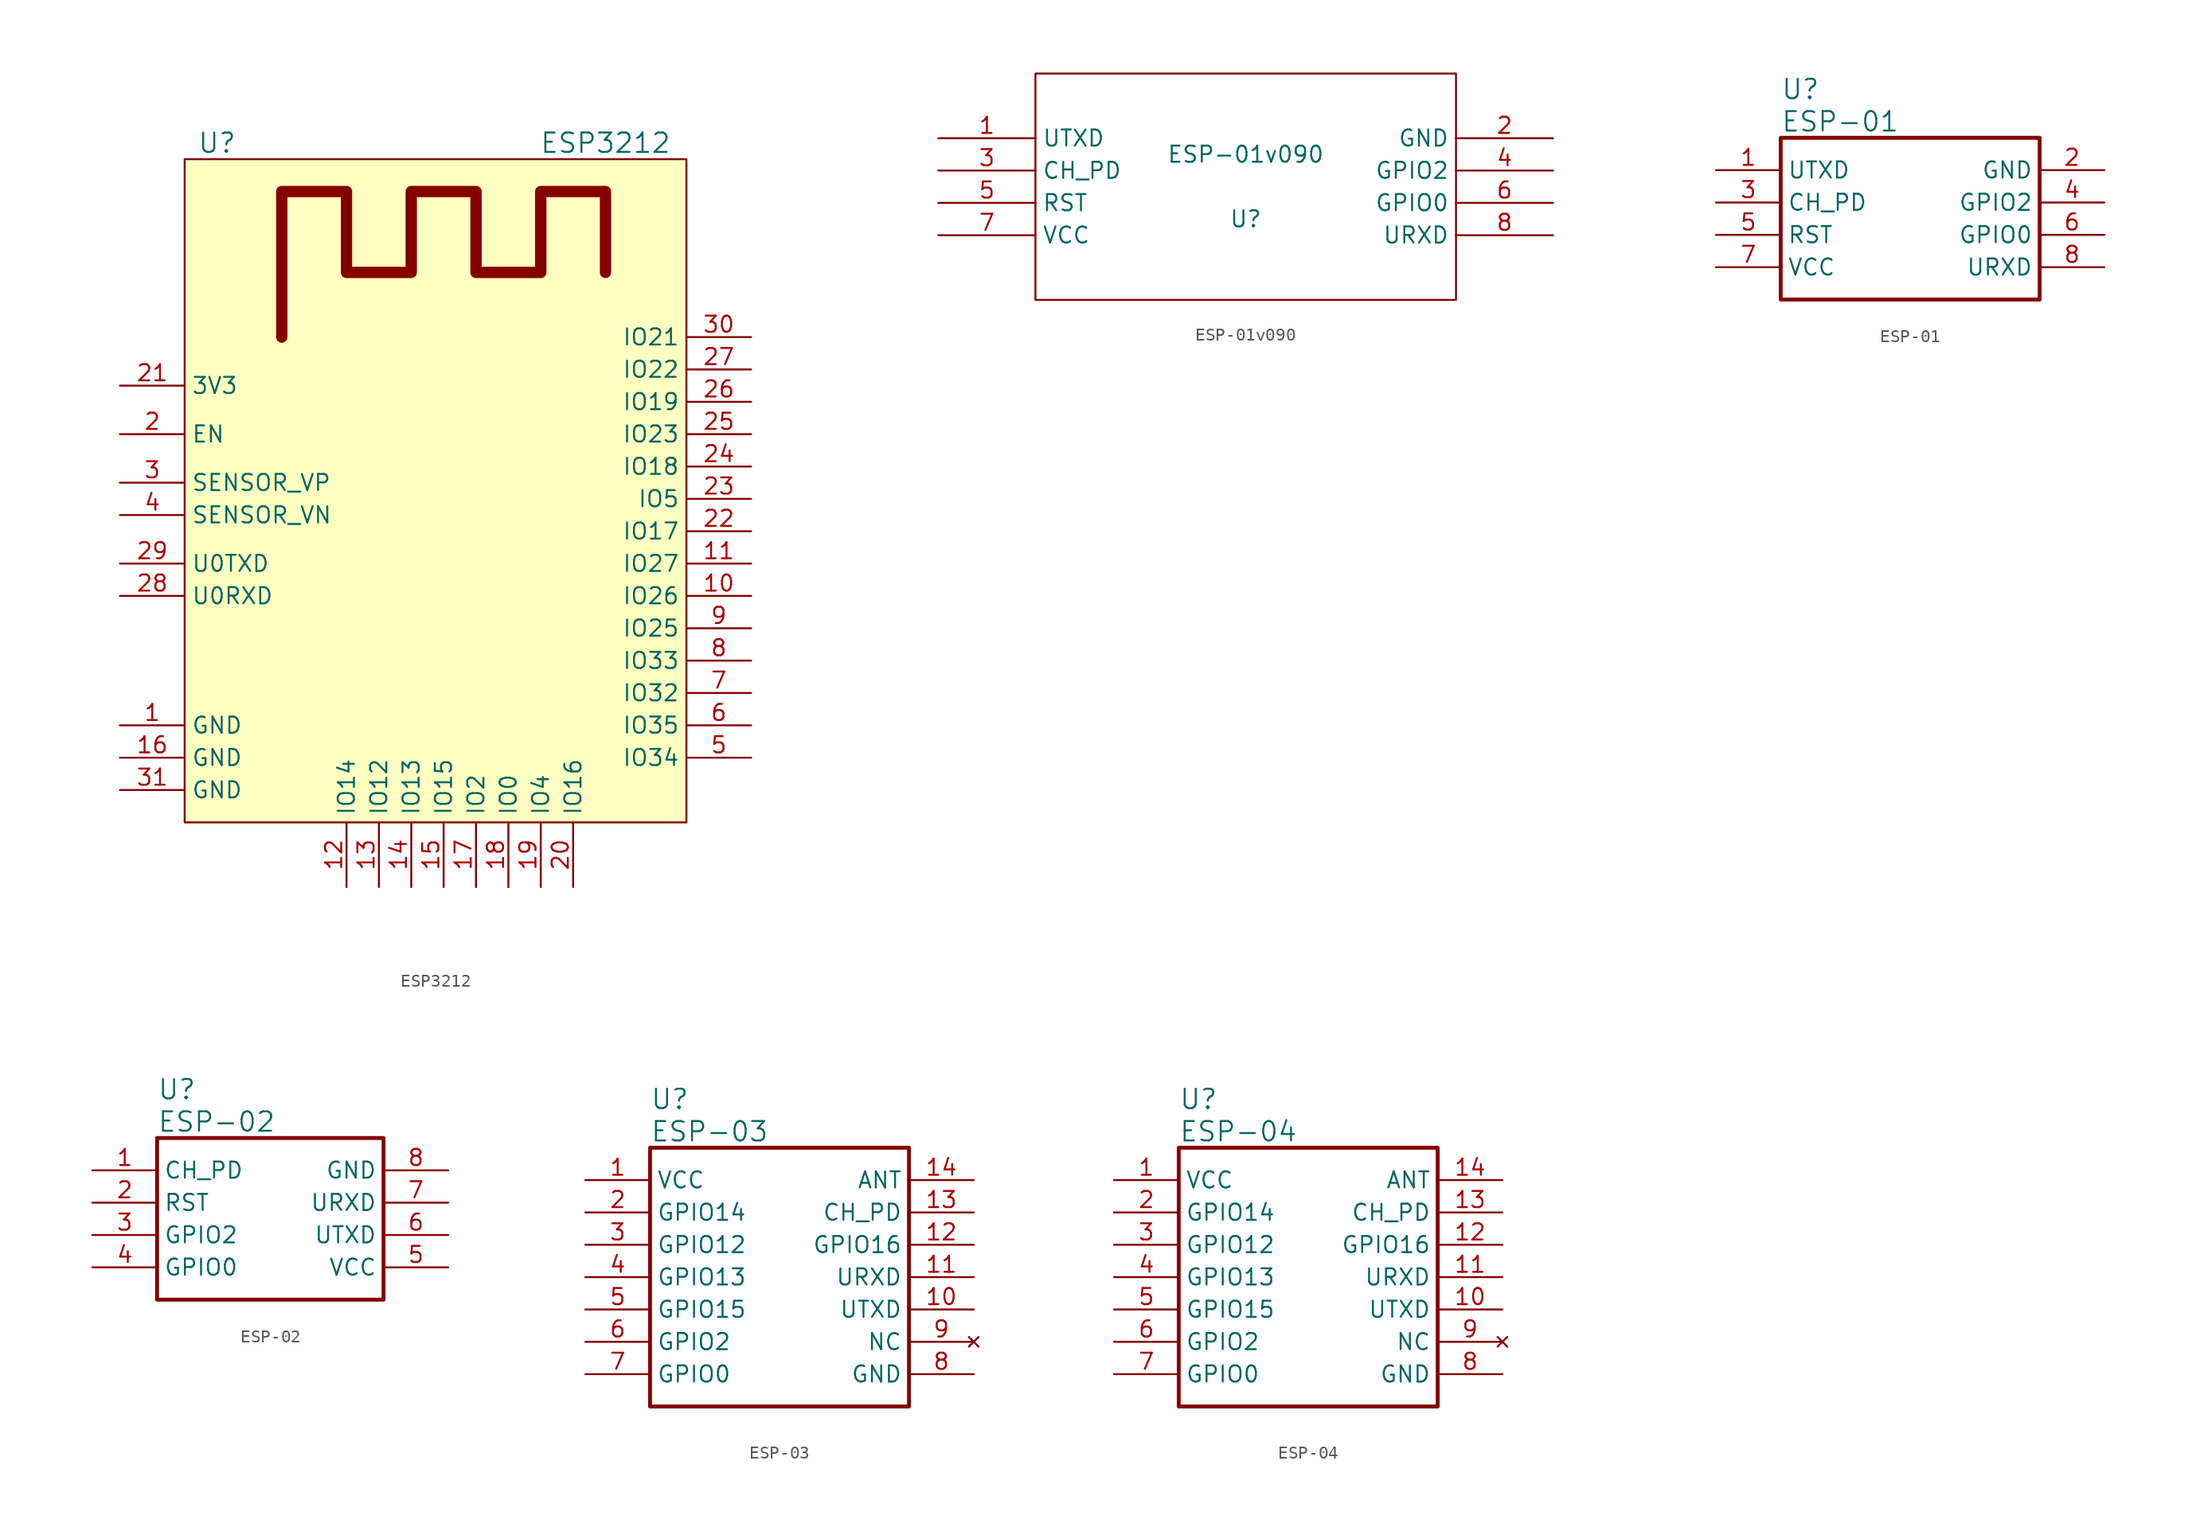
<source format=kicad_sym>
(kicad_symbol_lib
  (version 20201005)
  (generator kicad_symbol_editor)
  (symbol "Zimprich:ESP3212"
    (property "Reference" "U"
      (at -17.78 31.75 0)
      (effects (font (size 1.524 1.524))))
    (property "Value" "ESP3212"
      (at 12.7 31.75 0)
      (effects (font (size 1.524 1.524))))
    (symbol "ESP3212_0_1"
      (rectangle (start -20.32 30.48) (end 19.05 -21.59) (stroke (width 0)) (fill (type background)))
      (polyline (pts (xy -12.7 16.51) (xy -12.7 27.94) (xy -7.62 27.94) (xy -7.62 21.59) (xy -2.54 21.59) (xy -2.54 27.94) (xy 2.54 27.94) (xy 2.54 21.59) (xy 7.62 21.59) (xy 7.62 27.94) (xy 12.7 27.94) (xy 12.7 21.59)) (stroke (width 0.889)) (fill (type none))))
    (symbol "ESP3212_1_1"
      (pin power_in line (at -25.4 -13.97 0) (length 5.08) (name "GND" (effects (font (size 1.27 1.27)))) (number "1" (effects (font (size 1.27 1.27)))))
      (pin bidirectional line (at 24.13 -3.81 180) (length 5.08) (name "IO26" (effects (font (size 1.27 1.27)))) (number "10" (effects (font (size 1.27 1.27)))))
      (pin bidirectional line (at 24.13 -1.27 180) (length 5.08) (name "IO27" (effects (font (size 1.27 1.27)))) (number "11" (effects (font (size 1.27 1.27)))))
      (pin bidirectional line (at -7.62 -26.67 90) (length 5.08) (name "IO14" (effects (font (size 1.27 1.27)))) (number "12" (effects (font (size 1.27 1.27)))))
      (pin bidirectional line (at -5.08 -26.67 90) (length 5.08) (name "IO12" (effects (font (size 1.27 1.27)))) (number "13" (effects (font (size 1.27 1.27)))))
      (pin bidirectional line (at -2.54 -26.67 90) (length 5.08) (name "IO13" (effects (font (size 1.27 1.27)))) (number "14" (effects (font (size 1.27 1.27)))))
      (pin bidirectional line (at 0 -26.67 90) (length 5.08) (name "IO15" (effects (font (size 1.27 1.27)))) (number "15" (effects (font (size 1.27 1.27)))))
      (pin power_in line (at -25.4 -16.51 0) (length 5.08) (name "GND" (effects (font (size 1.27 1.27)))) (number "16" (effects (font (size 1.27 1.27)))))
      (pin bidirectional line (at 2.54 -26.67 90) (length 5.08) (name "IO2" (effects (font (size 1.27 1.27)))) (number "17" (effects (font (size 1.27 1.27)))))
      (pin bidirectional line (at 5.08 -26.67 90) (length 5.08) (name "IO0" (effects (font (size 1.27 1.27)))) (number "18" (effects (font (size 1.27 1.27)))))
      (pin bidirectional line (at 7.62 -26.67 90) (length 5.08) (name "IO4" (effects (font (size 1.27 1.27)))) (number "19" (effects (font (size 1.27 1.27)))))
      (pin input line (at -25.4 8.89 0) (length 5.08) (name "EN" (effects (font (size 1.27 1.27)))) (number "2" (effects (font (size 1.27 1.27)))))
      (pin bidirectional line (at 10.16 -26.67 90) (length 5.08) (name "IO16" (effects (font (size 1.27 1.27)))) (number "20" (effects (font (size 1.27 1.27)))))
      (pin power_in line (at -25.4 12.7 0) (length 5.08) (name "3V3" (effects (font (size 1.27 1.27)))) (number "21" (effects (font (size 1.27 1.27)))))
      (pin bidirectional line (at 24.13 1.27 180) (length 5.08) (name "IO17" (effects (font (size 1.27 1.27)))) (number "22" (effects (font (size 1.27 1.27)))))
      (pin bidirectional line (at 24.13 3.81 180) (length 5.08) (name "IO5" (effects (font (size 1.27 1.27)))) (number "23" (effects (font (size 1.27 1.27)))))
      (pin bidirectional line (at 24.13 6.35 180) (length 5.08) (name "IO18" (effects (font (size 1.27 1.27)))) (number "24" (effects (font (size 1.27 1.27)))))
      (pin bidirectional line (at 24.13 8.89 180) (length 5.08) (name "IO23" (effects (font (size 1.27 1.27)))) (number "25" (effects (font (size 1.27 1.27)))))
      (pin bidirectional line (at 24.13 11.43 180) (length 5.08) (name "IO19" (effects (font (size 1.27 1.27)))) (number "26" (effects (font (size 1.27 1.27)))))
      (pin bidirectional line (at 24.13 13.97 180) (length 5.08) (name "IO22" (effects (font (size 1.27 1.27)))) (number "27" (effects (font (size 1.27 1.27)))))
      (pin bidirectional line (at -25.4 -3.81 0) (length 5.08) (name "U0RXD" (effects (font (size 1.27 1.27)))) (number "28" (effects (font (size 1.27 1.27)))))
      (pin bidirectional line (at -25.4 -1.27 0) (length 5.08) (name "U0TXD" (effects (font (size 1.27 1.27)))) (number "29" (effects (font (size 1.27 1.27)))))
      (pin input line (at -25.4 5.08 0) (length 5.08) (name "SENSOR_VP" (effects (font (size 1.27 1.27)))) (number "3" (effects (font (size 1.27 1.27)))))
      (pin bidirectional line (at 24.13 16.51 180) (length 5.08) (name "IO21" (effects (font (size 1.27 1.27)))) (number "30" (effects (font (size 1.27 1.27)))))
      (pin power_in line (at -25.4 -19.05 0) (length 5.08) (name "GND" (effects (font (size 1.27 1.27)))) (number "31" (effects (font (size 1.27 1.27)))))
      (pin input line (at -25.4 2.54 0) (length 5.08) (name "SENSOR_VN" (effects (font (size 1.27 1.27)))) (number "4" (effects (font (size 1.27 1.27)))))
      (pin bidirectional line (at 24.13 -16.51 180) (length 5.08) (name "IO34" (effects (font (size 1.27 1.27)))) (number "5" (effects (font (size 1.27 1.27)))))
      (pin bidirectional line (at 24.13 -13.97 180) (length 5.08) (name "IO35" (effects (font (size 1.27 1.27)))) (number "6" (effects (font (size 1.27 1.27)))))
      (pin bidirectional line (at 24.13 -11.43 180) (length 5.08) (name "IO32" (effects (font (size 1.27 1.27)))) (number "7" (effects (font (size 1.27 1.27)))))
      (pin bidirectional line (at 24.13 -8.89 180) (length 5.08) (name "IO33" (effects (font (size 1.27 1.27)))) (number "8" (effects (font (size 1.27 1.27)))))
      (pin bidirectional line (at 24.13 -6.35 180) (length 5.08) (name "IO25" (effects (font (size 1.27 1.27)))) (number "9" (effects (font (size 1.27 1.27)))))))
  (symbol "Zimprich:ESP-01v090"
    (property "Reference" "U"
      (at 0 -2.54 0)
      (effects (font (size 1.27 1.27))))
    (property "Value" "ESP-01v090"
      (at 0 2.54 0)
      (effects (font (size 1.27 1.27))))
    (symbol "ESP-01v090_1_0"
      (rectangle (start -16.51 -8.89) (end 16.51 8.89) (stroke (width 0)) (fill (type none))))
    (symbol "ESP-01v090_1_1"
      (pin output line (at -24.13 3.81 0) (length 7.62) (name "UTXD" (effects (font (size 1.27 1.27)))) (number "1" (effects (font (size 1.27 1.27)))))
      (pin power_in line (at 24.13 3.81 180) (length 7.62) (name "GND" (effects (font (size 1.27 1.27)))) (number "2" (effects (font (size 1.27 1.27)))))
      (pin input line (at -24.13 1.27 0) (length 7.62) (name "CH_PD" (effects (font (size 1.27 1.27)))) (number "3" (effects (font (size 1.27 1.27)))))
      (pin tri_state line (at 24.13 1.27 180) (length 7.62) (name "GPIO2" (effects (font (size 1.27 1.27)))) (number "4" (effects (font (size 1.27 1.27)))))
      (pin input line (at -24.13 -1.27 0) (length 7.62) (name "RST" (effects (font (size 1.27 1.27)))) (number "5" (effects (font (size 1.27 1.27)))))
      (pin tri_state line (at 24.13 -1.27 180) (length 7.62) (name "GPIO0" (effects (font (size 1.27 1.27)))) (number "6" (effects (font (size 1.27 1.27)))))
      (pin power_in line (at -24.13 -3.81 0) (length 7.62) (name "VCC" (effects (font (size 1.27 1.27)))) (number "7" (effects (font (size 1.27 1.27)))))
      (pin input line (at 24.13 -3.81 180) (length 7.62) (name "URXD" (effects (font (size 1.27 1.27)))) (number "8" (effects (font (size 1.27 1.27)))))))
  (symbol "Zimprich:ESP-01"
    (property "Reference" "U"
      (at 5.08 6.35 0)
      (effects (font (size 1.524 1.524)) (justify left)))
    (property "Value" "ESP-01"
      (at 5.08 3.81 0)
      (effects (font (size 1.524 1.524)) (justify left)))
    (property "ki_locked" ""
      (at 0 0 0)
      (effects (font (size 1.27 1.27))))
    (symbol "ESP-01_1_1"
      (rectangle (start 5.08 2.54) (end 25.4 -10.16) (stroke (width 0.305)) (fill (type none)))
      (pin output line (at 0 0 0) (length 5.08) (name "UTXD" (effects (font (size 1.27 1.27)))) (number "1" (effects (font (size 1.27 1.27)))))
      (pin power_in line (at 30.48 0 180) (length 5.08) (name "GND" (effects (font (size 1.27 1.27)))) (number "2" (effects (font (size 1.27 1.27)))))
      (pin input line (at 0 -2.54 0) (length 5.08) (name "CH_PD" (effects (font (size 1.27 1.27)))) (number "3" (effects (font (size 1.27 1.27)))))
      (pin tri_state line (at 30.48 -2.54 180) (length 5.08) (name "GPIO2" (effects (font (size 1.27 1.27)))) (number "4" (effects (font (size 1.27 1.27)))))
      (pin input line (at 0 -5.08 0) (length 5.08) (name "RST" (effects (font (size 1.27 1.27)))) (number "5" (effects (font (size 1.27 1.27)))))
      (pin tri_state line (at 30.48 -5.08 180) (length 5.08) (name "GPIO0" (effects (font (size 1.27 1.27)))) (number "6" (effects (font (size 1.27 1.27)))))
      (pin power_in line (at 0 -7.62 0) (length 5.08) (name "VCC" (effects (font (size 1.27 1.27)))) (number "7" (effects (font (size 1.27 1.27)))))
      (pin input line (at 30.48 -7.62 180) (length 5.08) (name "URXD" (effects (font (size 1.27 1.27)))) (number "8" (effects (font (size 1.27 1.27)))))))
  (symbol "Zimprich:ESP-02"
    (property "Reference" "U"
      (at 5.08 6.35 0)
      (effects (font (size 1.524 1.524)) (justify left)))
    (property "Value" "ESP-02"
      (at 5.08 3.81 0)
      (effects (font (size 1.524 1.524)) (justify left)))
    (property "ki_locked" ""
      (at 0 0 0)
      (effects (font (size 1.27 1.27))))
    (symbol "ESP-02_1_1"
      (rectangle (start 5.08 2.54) (end 22.86 -10.16) (stroke (width 0.305)) (fill (type none)))
      (pin input line (at 0 0 0) (length 5.08) (name "CH_PD" (effects (font (size 1.27 1.27)))) (number "1" (effects (font (size 1.27 1.27)))))
      (pin input line (at 0 -2.54 0) (length 5.08) (name "RST" (effects (font (size 1.27 1.27)))) (number "2" (effects (font (size 1.27 1.27)))))
      (pin bidirectional line (at 0 -5.08 0) (length 5.08) (name "GPIO2" (effects (font (size 1.27 1.27)))) (number "3" (effects (font (size 1.27 1.27)))))
      (pin bidirectional line (at 0 -7.62 0) (length 5.08) (name "GPIO0" (effects (font (size 1.27 1.27)))) (number "4" (effects (font (size 1.27 1.27)))))
      (pin power_in line (at 27.94 -7.62 180) (length 5.08) (name "VCC" (effects (font (size 1.27 1.27)))) (number "5" (effects (font (size 1.27 1.27)))))
      (pin output line (at 27.94 -5.08 180) (length 5.08) (name "UTXD" (effects (font (size 1.27 1.27)))) (number "6" (effects (font (size 1.27 1.27)))))
      (pin input line (at 27.94 -2.54 180) (length 5.08) (name "URXD" (effects (font (size 1.27 1.27)))) (number "7" (effects (font (size 1.27 1.27)))))
      (pin power_in line (at 27.94 0 180) (length 5.08) (name "GND" (effects (font (size 1.27 1.27)))) (number "8" (effects (font (size 1.27 1.27)))))))
  (symbol "Zimprich:ESP-03"
    (property "Reference" "U"
      (at 5.08 6.35 0)
      (effects (font (size 1.524 1.524)) (justify left)))
    (property "Value" "ESP-03"
      (at 5.08 3.81 0)
      (effects (font (size 1.524 1.524)) (justify left)))
    (property "ki_locked" ""
      (at 0 0 0)
      (effects (font (size 1.27 1.27))))
    (symbol "ESP-03_1_1"
      (rectangle (start 5.08 2.54) (end 25.4 -17.78) (stroke (width 0.305)) (fill (type none)))
      (pin power_in line (at 0 0 0) (length 5.08) (name "VCC" (effects (font (size 1.27 1.27)))) (number "1" (effects (font (size 1.27 1.27)))))
      (pin output line (at 30.48 -10.16 180) (length 5.08) (name "UTXD" (effects (font (size 1.27 1.27)))) (number "10" (effects (font (size 1.27 1.27)))))
      (pin input line (at 30.48 -7.62 180) (length 5.08) (name "URXD" (effects (font (size 1.27 1.27)))) (number "11" (effects (font (size 1.27 1.27)))))
      (pin bidirectional line (at 30.48 -5.08 180) (length 5.08) (name "GPIO16" (effects (font (size 1.27 1.27)))) (number "12" (effects (font (size 1.27 1.27)))))
      (pin input line (at 30.48 -2.54 180) (length 5.08) (name "CH_PD" (effects (font (size 1.27 1.27)))) (number "13" (effects (font (size 1.27 1.27)))))
      (pin unspecified line (at 30.48 0 180) (length 5.08) (name "ANT" (effects (font (size 1.27 1.27)))) (number "14" (effects (font (size 1.27 1.27)))))
      (pin bidirectional line (at 0 -2.54 0) (length 5.08) (name "GPIO14" (effects (font (size 1.27 1.27)))) (number "2" (effects (font (size 1.27 1.27)))))
      (pin bidirectional line (at 0 -5.08 0) (length 5.08) (name "GPIO12" (effects (font (size 1.27 1.27)))) (number "3" (effects (font (size 1.27 1.27)))))
      (pin bidirectional line (at 0 -7.62 0) (length 5.08) (name "GPIO13" (effects (font (size 1.27 1.27)))) (number "4" (effects (font (size 1.27 1.27)))))
      (pin bidirectional line (at 0 -10.16 0) (length 5.08) (name "GPIO15" (effects (font (size 1.27 1.27)))) (number "5" (effects (font (size 1.27 1.27)))))
      (pin bidirectional line (at 0 -12.7 0) (length 5.08) (name "GPIO2" (effects (font (size 1.27 1.27)))) (number "6" (effects (font (size 1.27 1.27)))))
      (pin bidirectional line (at 0 -15.24 0) (length 5.08) (name "GPIO0" (effects (font (size 1.27 1.27)))) (number "7" (effects (font (size 1.27 1.27)))))
      (pin power_in line (at 30.48 -15.24 180) (length 5.08) (name "GND" (effects (font (size 1.27 1.27)))) (number "8" (effects (font (size 1.27 1.27)))))
      (pin unconnected line (at 30.48 -12.7 180) (length 5.08) (name "NC" (effects (font (size 1.27 1.27)))) (number "9" (effects (font (size 1.27 1.27)))))))
  (symbol "Zimprich:ESP-04"
    (property "Reference" "U"
      (at 5.08 6.35 0)
      (effects (font (size 1.524 1.524)) (justify left)))
    (property "Value" "ESP-04"
      (at 5.08 3.81 0)
      (effects (font (size 1.524 1.524)) (justify left)))
    (property "ki_locked" ""
      (at 0 0 0)
      (effects (font (size 1.27 1.27))))
    (symbol "ESP-04_1_1"
      (rectangle (start 5.08 2.54) (end 25.4 -17.78) (stroke (width 0.305)) (fill (type none)))
      (pin power_in line (at 0 0 0) (length 5.08) (name "VCC" (effects (font (size 1.27 1.27)))) (number "1" (effects (font (size 1.27 1.27)))))
      (pin output line (at 30.48 -10.16 180) (length 5.08) (name "UTXD" (effects (font (size 1.27 1.27)))) (number "10" (effects (font (size 1.27 1.27)))))
      (pin input line (at 30.48 -7.62 180) (length 5.08) (name "URXD" (effects (font (size 1.27 1.27)))) (number "11" (effects (font (size 1.27 1.27)))))
      (pin bidirectional line (at 30.48 -5.08 180) (length 5.08) (name "GPIO16" (effects (font (size 1.27 1.27)))) (number "12" (effects (font (size 1.27 1.27)))))
      (pin input line (at 30.48 -2.54 180) (length 5.08) (name "CH_PD" (effects (font (size 1.27 1.27)))) (number "13" (effects (font (size 1.27 1.27)))))
      (pin unspecified line (at 30.48 0 180) (length 5.08) (name "ANT" (effects (font (size 1.27 1.27)))) (number "14" (effects (font (size 1.27 1.27)))))
      (pin bidirectional line (at 0 -2.54 0) (length 5.08) (name "GPIO14" (effects (font (size 1.27 1.27)))) (number "2" (effects (font (size 1.27 1.27)))))
      (pin bidirectional line (at 0 -5.08 0) (length 5.08) (name "GPIO12" (effects (font (size 1.27 1.27)))) (number "3" (effects (font (size 1.27 1.27)))))
      (pin bidirectional line (at 0 -7.62 0) (length 5.08) (name "GPIO13" (effects (font (size 1.27 1.27)))) (number "4" (effects (font (size 1.27 1.27)))))
      (pin bidirectional line (at 0 -10.16 0) (length 5.08) (name "GPIO15" (effects (font (size 1.27 1.27)))) (number "5" (effects (font (size 1.27 1.27)))))
      (pin bidirectional line (at 0 -12.7 0) (length 5.08) (name "GPIO2" (effects (font (size 1.27 1.27)))) (number "6" (effects (font (size 1.27 1.27)))))
      (pin bidirectional line (at 0 -15.24 0) (length 5.08) (name "GPIO0" (effects (font (size 1.27 1.27)))) (number "7" (effects (font (size 1.27 1.27)))))
      (pin power_in line (at 30.48 -15.24 180) (length 5.08) (name "GND" (effects (font (size 1.27 1.27)))) (number "8" (effects (font (size 1.27 1.27)))))
      (pin unconnected line (at 30.48 -12.7 180) (length 5.08) (name "NC" (effects (font (size 1.27 1.27)))) (number "9" (effects (font (size 1.27 1.27))))))))
</source>
